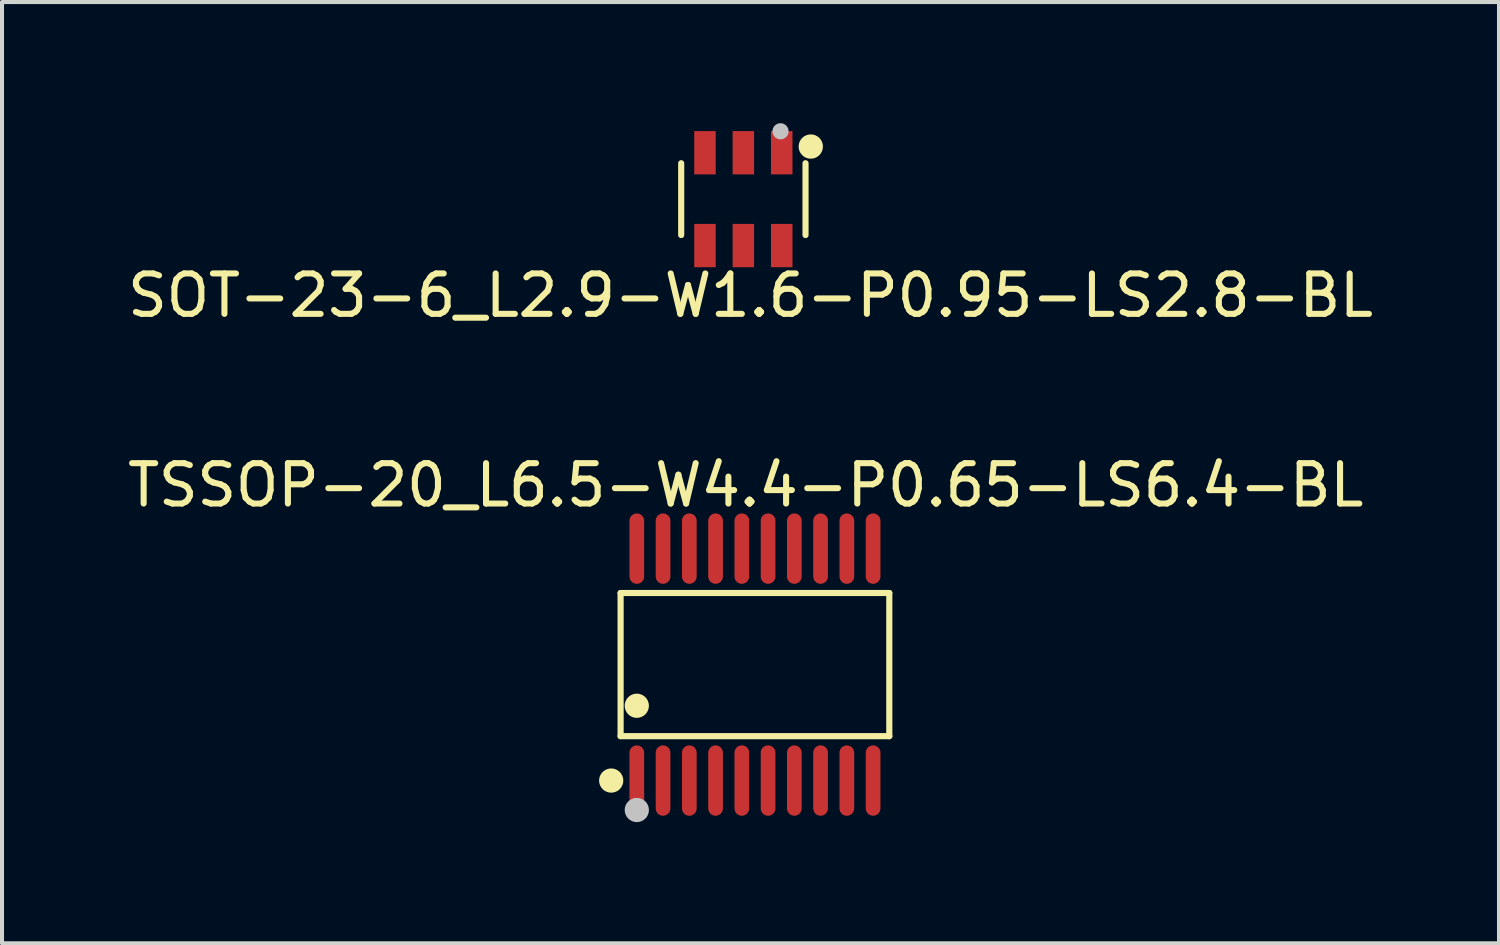
<source format=kicad_pcb>
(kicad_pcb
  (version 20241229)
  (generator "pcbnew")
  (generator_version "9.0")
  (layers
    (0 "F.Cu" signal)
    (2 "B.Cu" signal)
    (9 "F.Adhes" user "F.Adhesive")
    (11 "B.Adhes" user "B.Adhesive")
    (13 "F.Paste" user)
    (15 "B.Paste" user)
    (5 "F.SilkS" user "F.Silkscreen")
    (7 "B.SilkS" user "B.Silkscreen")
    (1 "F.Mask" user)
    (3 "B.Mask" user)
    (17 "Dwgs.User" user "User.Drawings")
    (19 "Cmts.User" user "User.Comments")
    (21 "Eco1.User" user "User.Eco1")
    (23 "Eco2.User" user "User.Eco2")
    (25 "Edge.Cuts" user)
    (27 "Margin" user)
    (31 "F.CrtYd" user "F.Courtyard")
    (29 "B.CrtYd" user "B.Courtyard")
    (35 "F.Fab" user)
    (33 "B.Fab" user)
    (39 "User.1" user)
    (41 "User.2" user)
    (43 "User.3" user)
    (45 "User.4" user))
  (footprint "TSSOP-20_L6.5-W4.4-P0.65-LS6.4-BL"
    (layer "F.Cu")
    (at 15.64 13.403)
    (property "Reference" "TSSOP-20_L6.5-W4.4-P0.65-LS6.4-BL" (at -0.229 -4.442 0) (layer "F.SilkS") (effects (font (size 1 1) (thickness 0.15))))
    (fp_line (start -3.326 -1.772) (end 3.326 -1.772) (stroke (width 0.152) (type default)) (layer "F.SilkS"))
    (fp_line (start -3.326 1.772) (end -3.326 -1.772) (stroke (width 0.152) (type default)) (layer "F.SilkS"))
    (fp_line (start 3.326 -1.772) (end 3.326 1.772) (stroke (width 0.152) (type default)) (layer "F.SilkS"))
    (fp_line (start 3.326 1.772) (end -3.326 1.772) (stroke (width 0.152) (type default)) (layer "F.SilkS"))
    (fp_circle (center -3.559 2.871) (end -3.409 2.871) (stroke (width 0.3) (type default)) (fill no) (layer "F.SilkS"))
    (fp_circle (center -2.925 1.019) (end -2.775 1.019) (stroke (width 0.3) (type default)) (fill no) (layer "F.SilkS"))
    (fp_circle (center -2.925 3.6) (end -2.775 3.6) (stroke (width 0.3) (type default)) (fill no) (layer "Dwgs.User"))
    (fp_poly (pts (xy -3.055 -3.2) (xy -3.055 -2.6) (xy -2.795 -2.6) (xy -2.795 -3.2)) (stroke (width 0.1) (type default)) (fill no) (layer "User.1"))
    (fp_poly (pts (xy -3.055 -2.61) (xy -3.055 -2.19) (xy -2.795 -2.19) (xy -2.795 -2.61)) (stroke (width 0.1) (type default)) (fill no) (layer "User.1"))
    (fp_poly (pts (xy -3.055 2.61) (xy -3.055 2.19) (xy -2.795 2.19) (xy -2.795 2.61)) (stroke (width 0.1) (type default)) (fill no) (layer "User.1"))
    (fp_poly (pts (xy -3.055 3.2) (xy -3.055 2.6) (xy -2.795 2.6) (xy -2.795 3.2)) (stroke (width 0.1) (type default)) (fill no) (layer "User.1"))
    (fp_poly (pts (xy -2.405 -3.2) (xy -2.405 -2.6) (xy -2.145 -2.6) (xy -2.145 -3.2)) (stroke (width 0.1) (type default)) (fill no) (layer "User.1"))
    (fp_poly (pts (xy -2.405 -2.61) (xy -2.405 -2.19) (xy -2.145 -2.19) (xy -2.145 -2.61)) (stroke (width 0.1) (type default)) (fill no) (layer "User.1"))
    (fp_poly (pts (xy -2.405 2.61) (xy -2.405 2.19) (xy -2.145 2.19) (xy -2.145 2.61)) (stroke (width 0.1) (type default)) (fill no) (layer "User.1"))
    (fp_poly (pts (xy -2.405 3.2) (xy -2.405 2.6) (xy -2.145 2.6) (xy -2.145 3.2)) (stroke (width 0.1) (type default)) (fill no) (layer "User.1"))
    (fp_poly (pts (xy -1.755 -3.2) (xy -1.755 -2.6) (xy -1.495 -2.6) (xy -1.495 -3.2)) (stroke (width 0.1) (type default)) (fill no) (layer "User.1"))
    (fp_poly (pts (xy -1.755 -2.61) (xy -1.755 -2.19) (xy -1.495 -2.19) (xy -1.495 -2.61)) (stroke (width 0.1) (type default)) (fill no) (layer "User.1"))
    (fp_poly (pts (xy -1.755 2.61) (xy -1.755 2.19) (xy -1.495 2.19) (xy -1.495 2.61)) (stroke (width 0.1) (type default)) (fill no) (layer "User.1"))
    (fp_poly (pts (xy -1.755 3.2) (xy -1.755 2.6) (xy -1.495 2.6) (xy -1.495 3.2)) (stroke (width 0.1) (type default)) (fill no) (layer "User.1"))
    (fp_poly (pts (xy -1.105 -3.2) (xy -1.105 -2.6) (xy -0.845 -2.6) (xy -0.845 -3.2)) (stroke (width 0.1) (type default)) (fill no) (layer "User.1"))
    (fp_poly (pts (xy -1.105 -2.61) (xy -1.105 -2.19) (xy -0.845 -2.19) (xy -0.845 -2.61)) (stroke (width 0.1) (type default)) (fill no) (layer "User.1"))
    (fp_poly (pts (xy -1.105 2.61) (xy -1.105 2.19) (xy -0.845 2.19) (xy -0.845 2.61)) (stroke (width 0.1) (type default)) (fill no) (layer "User.1"))
    (fp_poly (pts (xy -1.105 3.2) (xy -1.105 2.6) (xy -0.845 2.6) (xy -0.845 3.2)) (stroke (width 0.1) (type default)) (fill no) (layer "User.1"))
    (fp_poly (pts (xy -0.455 -3.2) (xy -0.455 -2.6) (xy -0.195 -2.6) (xy -0.195 -3.2)) (stroke (width 0.1) (type default)) (fill no) (layer "User.1"))
    (fp_poly (pts (xy -0.455 -2.61) (xy -0.455 -2.19) (xy -0.195 -2.19) (xy -0.195 -2.61)) (stroke (width 0.1) (type default)) (fill no) (layer "User.1"))
    (fp_poly (pts (xy -0.455 2.61) (xy -0.455 2.19) (xy -0.195 2.19) (xy -0.195 2.61)) (stroke (width 0.1) (type default)) (fill no) (layer "User.1"))
    (fp_poly (pts (xy -0.455 3.2) (xy -0.455 2.6) (xy -0.195 2.6) (xy -0.195 3.2)) (stroke (width 0.1) (type default)) (fill no) (layer "User.1"))
    (fp_poly (pts (xy 0.195 -3.2) (xy 0.195 -2.6) (xy 0.455 -2.6) (xy 0.455 -3.2)) (stroke (width 0.1) (type default)) (fill no) (layer "User.1"))
    (fp_poly (pts (xy 0.195 -2.61) (xy 0.195 -2.19) (xy 0.455 -2.19) (xy 0.455 -2.61)) (stroke (width 0.1) (type default)) (fill no) (layer "User.1"))
    (fp_poly (pts (xy 0.195 2.61) (xy 0.195 2.19) (xy 0.455 2.19) (xy 0.455 2.61)) (stroke (width 0.1) (type default)) (fill no) (layer "User.1"))
    (fp_poly (pts (xy 0.195 3.2) (xy 0.195 2.6) (xy 0.455 2.6) (xy 0.455 3.2)) (stroke (width 0.1) (type default)) (fill no) (layer "User.1"))
    (fp_poly (pts (xy 0.845 -3.2) (xy 0.845 -2.6) (xy 1.105 -2.6) (xy 1.105 -3.2)) (stroke (width 0.1) (type default)) (fill no) (layer "User.1"))
    (fp_poly (pts (xy 0.845 -2.61) (xy 0.845 -2.19) (xy 1.105 -2.19) (xy 1.105 -2.61)) (stroke (width 0.1) (type default)) (fill no) (layer "User.1"))
    (fp_poly (pts (xy 0.845 2.61) (xy 0.845 2.19) (xy 1.105 2.19) (xy 1.105 2.61)) (stroke (width 0.1) (type default)) (fill no) (layer "User.1"))
    (fp_poly (pts (xy 0.845 3.2) (xy 0.845 2.6) (xy 1.105 2.6) (xy 1.105 3.2)) (stroke (width 0.1) (type default)) (fill no) (layer "User.1"))
    (fp_poly (pts (xy 1.495 -3.2) (xy 1.495 -2.6) (xy 1.755 -2.6) (xy 1.755 -3.2)) (stroke (width 0.1) (type default)) (fill no) (layer "User.1"))
    (fp_poly (pts (xy 1.495 -2.61) (xy 1.495 -2.19) (xy 1.755 -2.19) (xy 1.755 -2.61)) (stroke (width 0.1) (type default)) (fill no) (layer "User.1"))
    (fp_poly (pts (xy 1.495 2.61) (xy 1.495 2.19) (xy 1.755 2.19) (xy 1.755 2.61)) (stroke (width 0.1) (type default)) (fill no) (layer "User.1"))
    (fp_poly (pts (xy 1.495 3.2) (xy 1.495 2.6) (xy 1.755 2.6) (xy 1.755 3.2)) (stroke (width 0.1) (type default)) (fill no) (layer "User.1"))
    (fp_poly (pts (xy 2.145 -3.2) (xy 2.145 -2.6) (xy 2.405 -2.6) (xy 2.405 -3.2)) (stroke (width 0.1) (type default)) (fill no) (layer "User.1"))
    (fp_poly (pts (xy 2.145 -2.61) (xy 2.145 -2.19) (xy 2.405 -2.19) (xy 2.405 -2.61)) (stroke (width 0.1) (type default)) (fill no) (layer "User.1"))
    (fp_poly (pts (xy 2.145 2.61) (xy 2.145 2.19) (xy 2.405 2.19) (xy 2.405 2.61)) (stroke (width 0.1) (type default)) (fill no) (layer "User.1"))
    (fp_poly (pts (xy 2.145 3.2) (xy 2.145 2.6) (xy 2.405 2.6) (xy 2.405 3.2)) (stroke (width 0.1) (type default)) (fill no) (layer "User.1"))
    (fp_poly (pts (xy 2.795 -3.2) (xy 2.795 -2.6) (xy 3.055 -2.6) (xy 3.055 -3.2)) (stroke (width 0.1) (type default)) (fill no) (layer "User.1"))
    (fp_poly (pts (xy 2.795 -2.61) (xy 2.795 -2.19) (xy 3.055 -2.19) (xy 3.055 -2.61)) (stroke (width 0.1) (type default)) (fill no) (layer "User.1"))
    (fp_poly (pts (xy 2.795 2.61) (xy 2.795 2.19) (xy 3.055 2.19) (xy 3.055 2.61)) (stroke (width 0.1) (type default)) (fill no) (layer "User.1"))
    (fp_poly (pts (xy 2.795 3.2) (xy 2.795 2.6) (xy 3.055 2.6) (xy 3.055 3.2)) (stroke (width 0.1) (type default)) (fill no) (layer "User.1"))
    (fp_line (start -3.25 -2.2) (end 3.25 -2.2) (stroke (width 0.051) (type default)) (layer "User.2"))
    (fp_line (start -3.25 2.2) (end -3.25 -2.2) (stroke (width 0.051) (type default)) (layer "User.2"))
    (fp_line (start 3.25 -2.2) (end 3.25 2.2) (stroke (width 0.051) (type default)) (layer "User.2"))
    (fp_line (start 3.25 2.2) (end -3.25 2.2) (stroke (width 0.051) (type default)) (layer "User.2"))
    (fp_poly (pts (xy -3.195 3.177) (xy -3.227 3.145) (xy -3.273 3.145) (xy -3.305 3.177) (xy -3.305 3.223) (xy -3.273 3.255) (xy -3.227 3.255) (xy -3.195 3.223)) (stroke (width 0.1) (type default)) (fill no) (layer "User.3"))
    (pad "1" smd oval (at -2.925 2.871) (size 0.364 1.742) (layers "F.Cu" "F.Mask" "F.Paste"))
    (pad "2" smd oval (at -2.275 2.871) (size 0.364 1.742) (layers "F.Cu" "F.Mask" "F.Paste"))
    (pad "3" smd oval (at -1.625 2.871) (size 0.364 1.742) (layers "F.Cu" "F.Mask" "F.Paste"))
    (pad "4" smd oval (at -0.975 2.871) (size 0.364 1.742) (layers "F.Cu" "F.Mask" "F.Paste"))
    (pad "5" smd oval (at -0.325 2.871) (size 0.364 1.742) (layers "F.Cu" "F.Mask" "F.Paste"))
    (pad "6" smd oval (at 0.325 2.871) (size 0.364 1.742) (layers "F.Cu" "F.Mask" "F.Paste"))
    (pad "7" smd oval (at 0.975 2.871) (size 0.364 1.742) (layers "F.Cu" "F.Mask" "F.Paste"))
    (pad "8" smd oval (at 1.625 2.871) (size 0.364 1.742) (layers "F.Cu" "F.Mask" "F.Paste"))
    (pad "9" smd oval (at 2.275 2.871) (size 0.364 1.742) (layers "F.Cu" "F.Mask" "F.Paste"))
    (pad "10" smd oval (at 2.925 2.871) (size 0.364 1.742) (layers "F.Cu" "F.Mask" "F.Paste"))
    (pad "11" smd oval (at 2.925 -2.871) (size 0.364 1.742) (layers "F.Cu" "F.Mask" "F.Paste"))
    (pad "12" smd oval (at 2.275 -2.871) (size 0.364 1.742) (layers "F.Cu" "F.Mask" "F.Paste"))
    (pad "13" smd oval (at 1.625 -2.871) (size 0.364 1.742) (layers "F.Cu" "F.Mask" "F.Paste"))
    (pad "14" smd oval (at 0.975 -2.871) (size 0.364 1.742) (layers "F.Cu" "F.Mask" "F.Paste"))
    (pad "15" smd oval (at 0.325 -2.871) (size 0.364 1.742) (layers "F.Cu" "F.Mask" "F.Paste"))
    (pad "16" smd oval (at -0.325 -2.871) (size 0.364 1.742) (layers "F.Cu" "F.Mask" "F.Paste"))
    (pad "17" smd oval (at -0.975 -2.871) (size 0.364 1.742) (layers "F.Cu" "F.Mask" "F.Paste"))
    (pad "18" smd oval (at -1.625 -2.871) (size 0.364 1.742) (layers "F.Cu" "F.Mask" "F.Paste"))
    (pad "19" smd oval (at -2.275 -2.871) (size 0.364 1.742) (layers "F.Cu" "F.Mask" "F.Paste"))
    (pad "20" smd oval (at -2.925 -2.871) (size 0.364 1.742) (layers "F.Cu" "F.Mask" "F.Paste")))
  (footprint "SOT-23-6_L2.9-W1.6-P0.95-LS2.8-BL"
    (layer "F.Cu")
    (at 15.353 1.88)
    (property "Reference" "SOT-23-6_L2.9-W1.6-P0.95-LS2.8-BL" (at 0.177 2.385 180) (layer "F.SilkS") (effects (font (size 1 1) (thickness 0.15))))
    (fp_line (start -1.539 -0.889) (end -1.539 0.889) (stroke (width 0.152) (type default)) (layer "F.SilkS"))
    (fp_line (start 1.539 -0.889) (end 1.539 0.889) (stroke (width 0.152) (type default)) (layer "F.SilkS"))
    (fp_circle (center 1.669 -1.302) (end 1.518 -1.302) (stroke (width 0.3) (type default)) (fill no) (layer "F.SilkS"))
    (fp_circle (center 0.92 -1.68) (end 0.82 -1.68) (stroke (width 0.2) (type default)) (fill no) (layer "Dwgs.User"))
    (fp_rect (start -1.165 -1.4) (end -0.735 -0.925) (stroke (width 0.1) (type default)) (fill no) (layer "User.1"))
    (fp_rect (start -1.165 -0.935) (end -0.735 -0.803) (stroke (width 0.1) (type default)) (fill no) (layer "User.1"))
    (fp_rect (start -1.165 0.803) (end -0.735 0.935) (stroke (width 0.1) (type default)) (fill no) (layer "User.1"))
    (fp_rect (start -1.165 0.925) (end -0.735 1.4) (stroke (width 0.1) (type default)) (fill no) (layer "User.1"))
    (fp_rect (start -0.215 -1.4) (end 0.215 -0.925) (stroke (width 0.1) (type default)) (fill no) (layer "User.1"))
    (fp_rect (start -0.215 -0.935) (end 0.215 -0.803) (stroke (width 0.1) (type default)) (fill no) (layer "User.1"))
    (fp_rect (start -0.215 0.803) (end 0.215 0.935) (stroke (width 0.1) (type default)) (fill no) (layer "User.1"))
    (fp_rect (start -0.215 0.925) (end 0.215 1.4) (stroke (width 0.1) (type default)) (fill no) (layer "User.1"))
    (fp_rect (start 0.735 -1.4) (end 1.165 -0.925) (stroke (width 0.1) (type default)) (fill no) (layer "User.1"))
    (fp_rect (start 0.735 -0.935) (end 1.165 -0.803) (stroke (width 0.1) (type default)) (fill no) (layer "User.1"))
    (fp_rect (start 0.735 0.803) (end 1.165 0.935) (stroke (width 0.1) (type default)) (fill no) (layer "User.1"))
    (fp_rect (start 0.735 0.925) (end 1.165 1.4) (stroke (width 0.1) (type default)) (fill no) (layer "User.1"))
    (fp_line (start -1.463 -0.813) (end 1.463 -0.813) (stroke (width 0.051) (type default)) (layer "User.2"))
    (fp_line (start -1.463 0.813) (end -1.463 -0.813) (stroke (width 0.051) (type default)) (layer "User.2"))
    (fp_line (start 1.463 -0.813) (end 1.463 0.813) (stroke (width 0.051) (type default)) (layer "User.2"))
    (fp_line (start 1.463 0.813) (end -1.463 0.813) (stroke (width 0.051) (type default)) (layer "User.2"))
    (fp_poly (pts (xy 1.408 -1.377) (xy 1.44 -1.345) (xy 1.486 -1.345) (xy 1.518 -1.377) (xy 1.518 -1.423) (xy 1.486 -1.455) (xy 1.44 -1.455) (xy 1.408 -1.423)) (stroke (width 0.1) (type default)) (fill no) (layer "User.3"))
    (pad "1" smd rect (at 0.95 -1.149 180) (size 0.532 1.072) (layers "F.Cu" "F.Mask" "F.Paste"))
    (pad "2" smd rect (at 0 -1.149 180) (size 0.532 1.072) (layers "F.Cu" "F.Mask" "F.Paste"))
    (pad "3" smd rect (at -0.95 -1.149 180) (size 0.532 1.072) (layers "F.Cu" "F.Mask" "F.Paste"))
    (pad "4" smd rect (at -0.95 1.149 180) (size 0.532 1.072) (layers "F.Cu" "F.Mask" "F.Paste"))
    (pad "5" smd rect (at 0 1.149 180) (size 0.532 1.072) (layers "F.Cu" "F.Mask" "F.Paste"))
    (pad "6" smd rect (at 0.95 1.149 180) (size 0.532 1.072) (layers "F.Cu" "F.Mask" "F.Paste")))
  (gr_rect
    (start -3 -3)
    (end 34.06 20.303)
    (stroke (width 0.1) (type default))
    (fill no)
    (layer "Edge.Cuts")))
</source>
